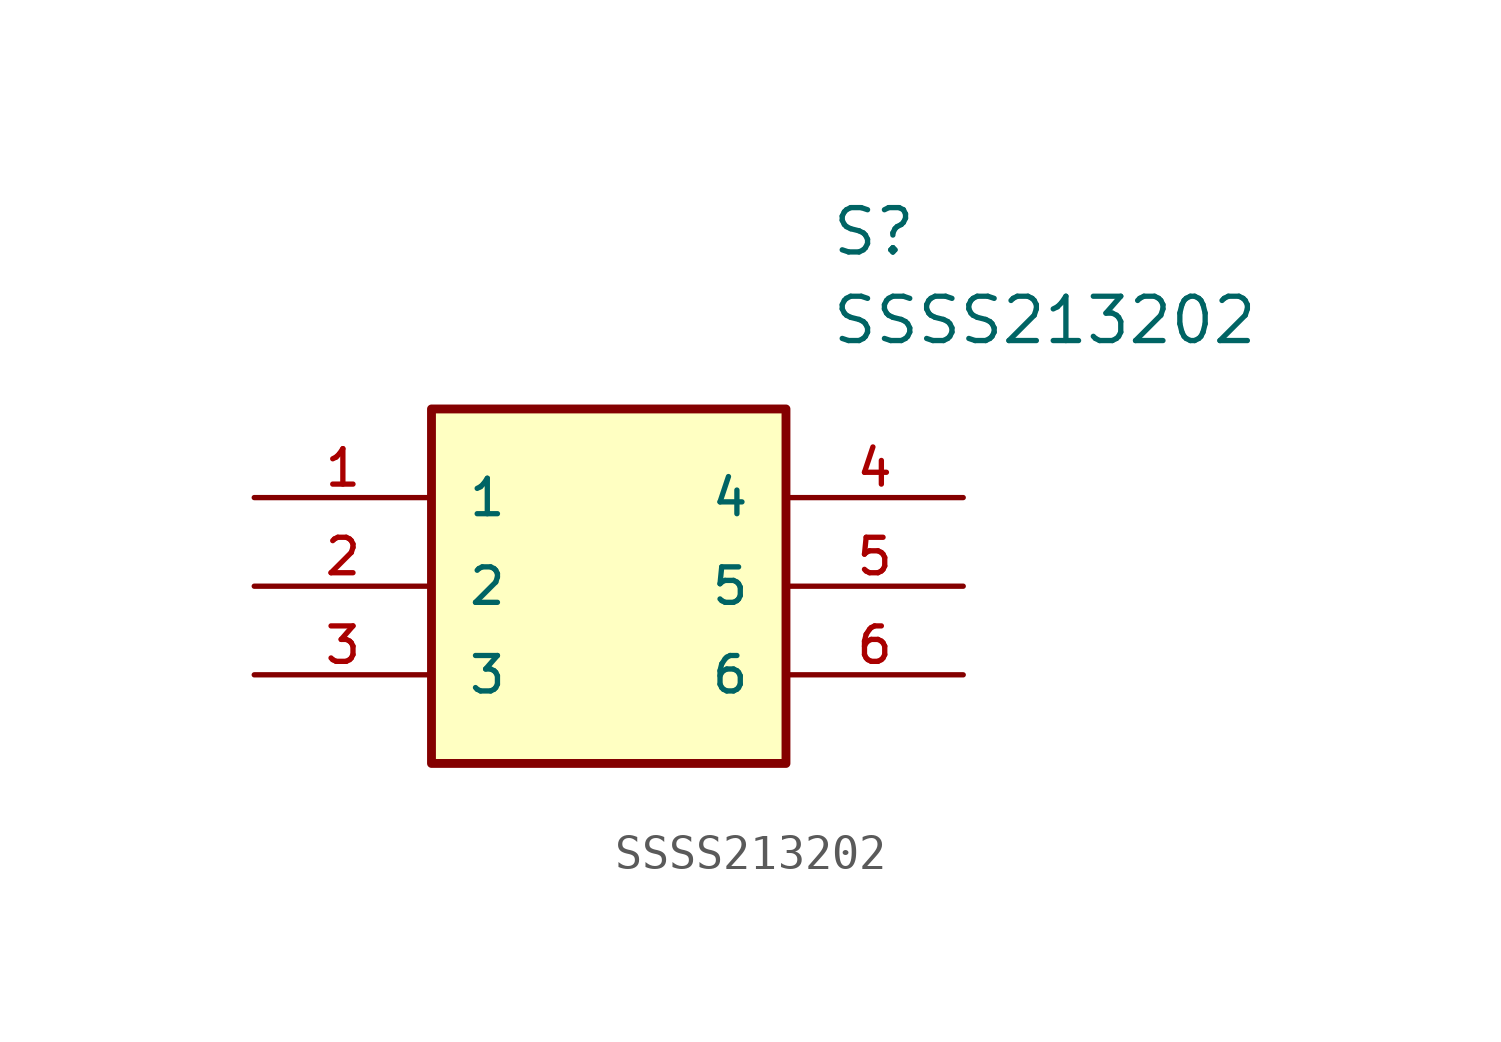
<source format=kicad_sym>
(kicad_symbol_lib
  (version 20211014)
  (generator kicad_symbol_editor)
  (symbol "SSSS213202"
    (pin_names
      (offset 1.016))
    (property "Reference" "S"
      (at 16.51 7.62 0)
      (effects (font (size 1.27 1.27)) (justify left)))
    (property "Value" "SSSS213202"
      (at 16.51 5.08 0)
      (effects (font (size 1.27 1.27)) (justify left)))
    (symbol "SSSS213202_0_0"
      (rectangle (start 5.08 -7.62) (end 15.24 2.54) (stroke (width 0.254)) (fill (type background)))
      (pin bidirectional line (at 0.0 0.0 0) (length 5.08) (name "1" (effects (font (size 1.016 1.016)))) (number "1" (effects (font (size 1.016 1.016)))))
      (pin bidirectional line (at 0.0 -2.54 0) (length 5.08) (name "2" (effects (font (size 1.016 1.016)))) (number "2" (effects (font (size 1.016 1.016)))))
      (pin bidirectional line (at 0.0 -5.08 0) (length 5.08) (name "3" (effects (font (size 1.016 1.016)))) (number "3" (effects (font (size 1.016 1.016)))))
      (pin bidirectional line (at 20.32 0.0 180.0) (length 5.08) (name "4" (effects (font (size 1.016 1.016)))) (number "4" (effects (font (size 1.016 1.016)))))
      (pin bidirectional line (at 20.32 -2.54 180.0) (length 5.08) (name "5" (effects (font (size 1.016 1.016)))) (number "5" (effects (font (size 1.016 1.016)))))
      (pin bidirectional line (at 20.32 -5.08 180.0) (length 5.08) (name "6" (effects (font (size 1.016 1.016)))) (number "6" (effects (font (size 1.016 1.016))))))))
</source>
